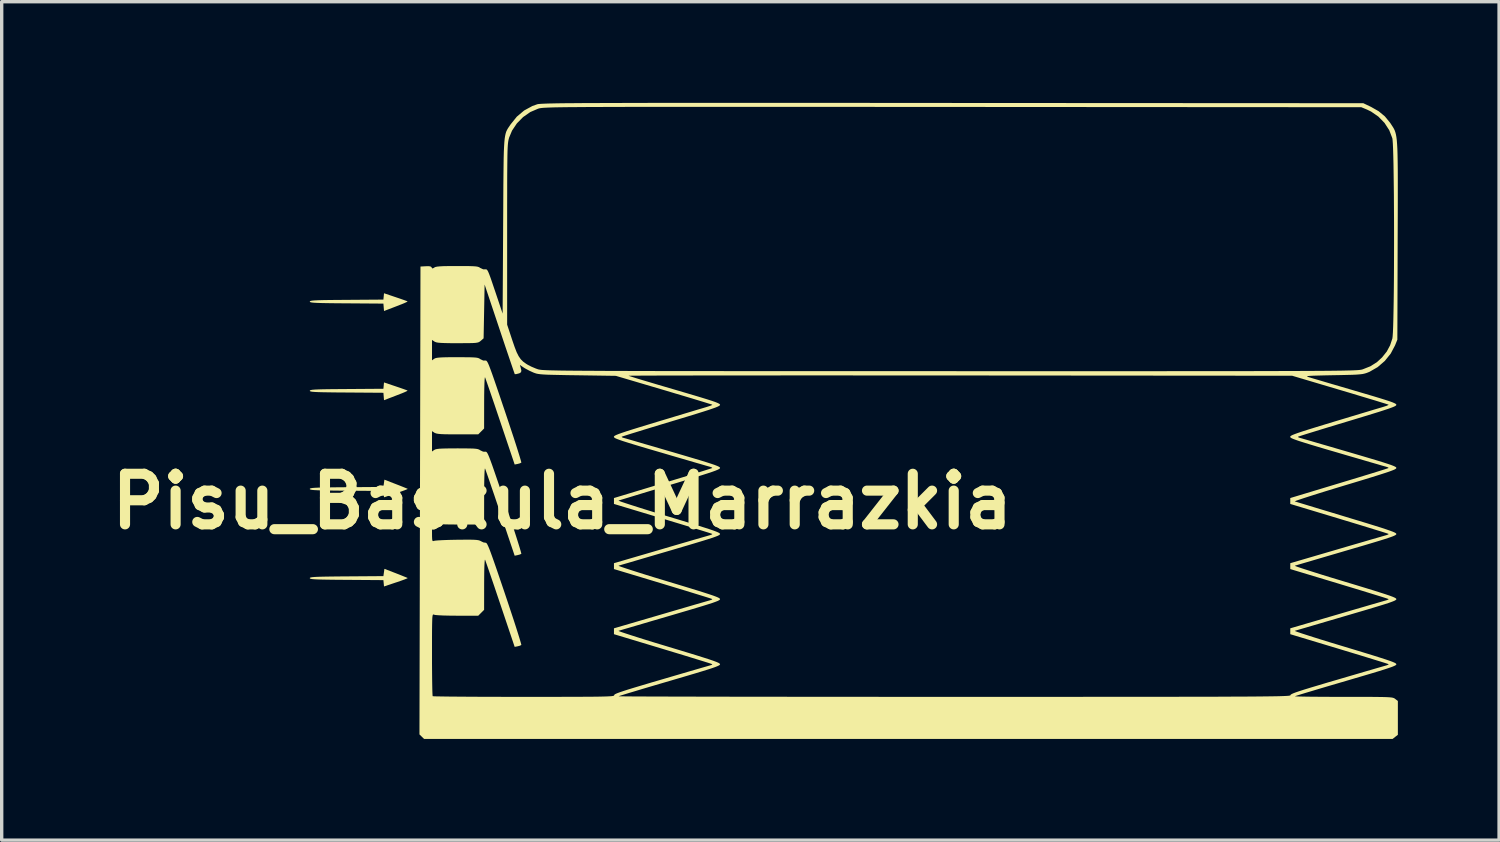
<source format=kicad_pcb>
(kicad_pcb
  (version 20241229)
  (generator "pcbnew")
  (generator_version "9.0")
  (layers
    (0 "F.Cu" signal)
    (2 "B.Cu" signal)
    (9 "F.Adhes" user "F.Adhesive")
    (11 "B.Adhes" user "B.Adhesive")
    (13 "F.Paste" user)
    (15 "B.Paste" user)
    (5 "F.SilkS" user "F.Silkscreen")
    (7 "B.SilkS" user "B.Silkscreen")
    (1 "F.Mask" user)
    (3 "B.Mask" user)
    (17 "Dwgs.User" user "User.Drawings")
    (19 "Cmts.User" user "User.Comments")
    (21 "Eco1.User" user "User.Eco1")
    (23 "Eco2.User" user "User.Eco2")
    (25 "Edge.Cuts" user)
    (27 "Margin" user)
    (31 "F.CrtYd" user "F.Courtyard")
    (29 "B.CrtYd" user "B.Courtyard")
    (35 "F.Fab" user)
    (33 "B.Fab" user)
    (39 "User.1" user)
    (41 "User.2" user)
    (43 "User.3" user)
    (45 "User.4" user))
  (footprint "Pisu_Baskula_Marrazkia"
    (layer "F.Cu")
    (at 13.621 11.819)
    (property "Reference" "Pisu_Baskula_Marrazkia" (at 0 0 0) (layer "F.SilkS") (effects (font (size 1.5 1.5) (thickness 0.3))))
    (attr board_only exclude_from_pos_files exclude_from_bom)
    (fp_poly (pts (xy -4.933 -0.515) (xy -4.801 -0.464) (xy -4.692 -0.42) (xy -4.615 -0.389) (xy -4.582 -0.374) (xy -4.582 -0.373) (xy -4.604 -0.361) (xy -4.673 -0.333) (xy -4.778 -0.295) (xy -4.908 -0.25) (xy -4.928 -0.244) (xy -5.285 -0.124) (xy -5.294 -0.218) (xy -5.303 -0.312) (xy -6.395 -0.32) (xy -6.682 -0.322) (xy -6.915 -0.325) (xy -7.1 -0.328) (xy -7.241 -0.332) (xy -7.344 -0.337) (xy -7.415 -0.343) (xy -7.459 -0.351) (xy -7.481 -0.361) (xy -7.486 -0.371) (xy -7.48 -0.383) (xy -7.456 -0.392) (xy -7.41 -0.4) (xy -7.337 -0.406) (xy -7.23 -0.411) (xy -7.085 -0.415) (xy -6.896 -0.418) (xy -6.659 -0.421) (xy -6.395 -0.423) (xy -5.303 -0.431) (xy -5.288 -0.539) (xy -5.273 -0.647)) (stroke (width 0) (type solid)) (fill yes) (layer "F.SilkS"))
    (fp_poly (pts (xy -4.933 2.128) (xy -4.801 2.18) (xy -4.692 2.224) (xy -4.615 2.255) (xy -4.582 2.27) (xy -4.582 2.271) (xy -4.604 2.283) (xy -4.673 2.311) (xy -4.778 2.349) (xy -4.908 2.394) (xy -4.928 2.4) (xy -5.285 2.52) (xy -5.294 2.426) (xy -5.303 2.332) (xy -6.395 2.324) (xy -6.682 2.322) (xy -6.915 2.319) (xy -7.1 2.316) (xy -7.241 2.312) (xy -7.344 2.307) (xy -7.415 2.301) (xy -7.459 2.293) (xy -7.481 2.283) (xy -7.486 2.273) (xy -7.48 2.261) (xy -7.456 2.252) (xy -7.41 2.244) (xy -7.337 2.238) (xy -7.23 2.233) (xy -7.085 2.229) (xy -6.896 2.226) (xy -6.659 2.223) (xy -6.395 2.221) (xy -5.303 2.213) (xy -5.288 2.105) (xy -5.273 1.997)) (stroke (width 0) (type solid)) (fill yes) (layer "F.SilkS"))
    (fp_poly (pts (xy -4.94 -6.058) (xy -4.807 -6.013) (xy -4.696 -5.974) (xy -4.618 -5.946) (xy -4.585 -5.932) (xy -4.585 -5.932) (xy -4.606 -5.917) (xy -4.669 -5.887) (xy -4.763 -5.848) (xy -4.79 -5.838) (xy -4.918 -5.788) (xy -5.045 -5.739) (xy -5.145 -5.701) (xy -5.285 -5.647) (xy -5.294 -5.757) (xy -5.303 -5.867) (xy -6.395 -5.875) (xy -6.682 -5.877) (xy -6.915 -5.88) (xy -7.1 -5.883) (xy -7.241 -5.887) (xy -7.344 -5.892) (xy -7.415 -5.898) (xy -7.459 -5.906) (xy -7.481 -5.916) (xy -7.486 -5.927) (xy -7.48 -5.938) (xy -7.456 -5.948) (xy -7.41 -5.956) (xy -7.337 -5.962) (xy -7.23 -5.967) (xy -7.085 -5.971) (xy -6.896 -5.974) (xy -6.659 -5.976) (xy -6.395 -5.978) (xy -5.303 -5.986) (xy -5.294 -6.08) (xy -5.285 -6.174)) (stroke (width 0) (type solid)) (fill yes) (layer "F.SilkS"))
    (fp_poly (pts (xy -4.94 -3.414) (xy -4.807 -3.369) (xy -4.696 -3.33) (xy -4.618 -3.302) (xy -4.585 -3.288) (xy -4.585 -3.288) (xy -4.606 -3.273) (xy -4.669 -3.243) (xy -4.763 -3.204) (xy -4.79 -3.194) (xy -4.918 -3.144) (xy -5.045 -3.095) (xy -5.145 -3.057) (xy -5.285 -3.003) (xy -5.294 -3.113) (xy -5.303 -3.223) (xy -6.395 -3.231) (xy -6.682 -3.233) (xy -6.915 -3.236) (xy -7.1 -3.239) (xy -7.241 -3.243) (xy -7.344 -3.248) (xy -7.415 -3.254) (xy -7.459 -3.262) (xy -7.481 -3.272) (xy -7.486 -3.283) (xy -7.48 -3.294) (xy -7.456 -3.304) (xy -7.41 -3.312) (xy -7.337 -3.318) (xy -7.23 -3.323) (xy -7.085 -3.327) (xy -6.896 -3.33) (xy -6.659 -3.332) (xy -6.395 -3.334) (xy -5.303 -3.342) (xy -5.294 -3.436) (xy -5.285 -3.53)) (stroke (width 0) (type solid)) (fill yes) (layer "F.SilkS"))
    (fp_poly (pts (xy 5.9 -11.819) (xy 6.618 -11.819) (xy 7.386 -11.819) (xy 8.205 -11.818) (xy 9.078 -11.818) (xy 10.006 -11.817) (xy 10.99 -11.817) (xy 11.587 -11.816) (xy 23.751 -11.809) (xy 23.978 -11.701) (xy 24.207 -11.571) (xy 24.391 -11.418) (xy 24.546 -11.229) (xy 24.57 -11.193) (xy 24.603 -11.142) (xy 24.633 -11.096) (xy 24.659 -11.051) (xy 24.682 -11.003) (xy 24.701 -10.949) (xy 24.718 -10.885) (xy 24.732 -10.808) (xy 24.744 -10.713) (xy 24.753 -10.598) (xy 24.761 -10.458) (xy 24.766 -10.289) (xy 24.77 -10.089) (xy 24.773 -9.854) (xy 24.774 -9.58) (xy 24.774 -9.262) (xy 24.774 -8.899) (xy 24.773 -8.485) (xy 24.771 -8.018) (xy 24.77 -7.724) (xy 24.761 -4.798) (xy 24.692 -4.627) (xy 24.564 -4.385) (xy 24.389 -4.167) (xy 24.177 -3.984) (xy 23.939 -3.847) (xy 23.892 -3.827) (xy 23.839 -3.807) (xy 23.787 -3.792) (xy 23.727 -3.779) (xy 23.651 -3.77) (xy 23.553 -3.762) (xy 23.423 -3.756) (xy 23.256 -3.752) (xy 23.041 -3.747) (xy 22.86 -3.744) (xy 22.612 -3.739) (xy 22.418 -3.734) (xy 22.274 -3.73) (xy 22.174 -3.725) (xy 22.112 -3.719) (xy 22.085 -3.712) (xy 22.088 -3.703) (xy 22.114 -3.692) (xy 22.117 -3.691) (xy 22.171 -3.675) (xy 22.274 -3.644) (xy 22.422 -3.601) (xy 22.607 -3.546) (xy 22.823 -3.482) (xy 23.064 -3.412) (xy 23.322 -3.336) (xy 23.484 -3.288) (xy 23.787 -3.199) (xy 24.038 -3.125) (xy 24.242 -3.063) (xy 24.402 -3.013) (xy 24.525 -2.973) (xy 24.614 -2.941) (xy 24.674 -2.915) (xy 24.711 -2.895) (xy 24.728 -2.878) (xy 24.732 -2.866) (xy 24.725 -2.852) (xy 24.704 -2.834) (xy 24.663 -2.813) (xy 24.599 -2.787) (xy 24.506 -2.753) (xy 24.38 -2.711) (xy 24.217 -2.658) (xy 24.012 -2.595) (xy 23.762 -2.518) (xy 23.462 -2.427) (xy 23.28 -2.372) (xy 22.998 -2.287) (xy 22.734 -2.207) (xy 22.492 -2.133) (xy 22.279 -2.067) (xy 22.099 -2.012) (xy 21.959 -1.968) (xy 21.863 -1.937) (xy 21.817 -1.921) (xy 21.813 -1.919) (xy 21.826 -1.902) (xy 21.869 -1.886) (xy 21.911 -1.875) (xy 22.004 -1.848) (xy 22.142 -1.808) (xy 22.32 -1.756) (xy 22.532 -1.694) (xy 22.771 -1.625) (xy 23.033 -1.548) (xy 23.311 -1.467) (xy 23.335 -1.46) (xy 23.658 -1.365) (xy 23.928 -1.285) (xy 24.149 -1.219) (xy 24.327 -1.164) (xy 24.466 -1.119) (xy 24.57 -1.084) (xy 24.645 -1.055) (xy 24.693 -1.033) (xy 24.72 -1.015) (xy 24.731 -0.999) (xy 24.732 -0.995) (xy 24.725 -0.98) (xy 24.704 -0.963) (xy 24.664 -0.942) (xy 24.599 -0.916) (xy 24.507 -0.882) (xy 24.383 -0.841) (xy 24.222 -0.789) (xy 24.021 -0.726) (xy 23.774 -0.65) (xy 23.478 -0.56) (xy 23.205 -0.478) (xy 22.918 -0.391) (xy 22.65 -0.309) (xy 22.406 -0.233) (xy 22.191 -0.165) (xy 22.01 -0.107) (xy 21.869 -0.06) (xy 21.771 -0.026) (xy 21.723 -0.007) (xy 21.72 -0.003) (xy 21.755 0.008) (xy 21.842 0.035) (xy 21.975 0.075) (xy 22.149 0.128) (xy 22.357 0.191) (xy 22.595 0.263) (xy 22.858 0.342) (xy 23.138 0.427) (xy 23.246 0.46) (xy 23.579 0.561) (xy 23.86 0.646) (xy 24.092 0.718) (xy 24.281 0.777) (xy 24.429 0.826) (xy 24.542 0.865) (xy 24.625 0.896) (xy 24.68 0.92) (xy 24.714 0.94) (xy 24.729 0.956) (xy 24.732 0.965) (xy 24.726 0.979) (xy 24.705 0.996) (xy 24.665 1.017) (xy 24.601 1.043) (xy 24.509 1.075) (xy 24.385 1.116) (xy 24.224 1.166) (xy 24.022 1.227) (xy 23.775 1.301) (xy 23.477 1.388) (xy 23.246 1.456) (xy 22.96 1.54) (xy 22.69 1.619) (xy 22.442 1.692) (xy 22.221 1.757) (xy 22.034 1.812) (xy 21.886 1.855) (xy 21.781 1.886) (xy 21.726 1.903) (xy 21.72 1.905) (xy 21.739 1.916) (xy 21.811 1.942) (xy 21.929 1.982) (xy 22.09 2.034) (xy 22.287 2.097) (xy 22.516 2.169) (xy 22.772 2.248) (xy 23.05 2.332) (xy 23.205 2.379) (xy 23.543 2.481) (xy 23.828 2.568) (xy 24.065 2.641) (xy 24.258 2.702) (xy 24.411 2.751) (xy 24.529 2.791) (xy 24.615 2.823) (xy 24.674 2.848) (xy 24.71 2.868) (xy 24.728 2.885) (xy 24.732 2.896) (xy 24.726 2.91) (xy 24.705 2.927) (xy 24.665 2.948) (xy 24.601 2.973) (xy 24.51 3.006) (xy 24.386 3.046) (xy 24.225 3.096) (xy 24.024 3.157) (xy 23.777 3.231) (xy 23.48 3.318) (xy 23.246 3.387) (xy 22.96 3.471) (xy 22.69 3.55) (xy 22.442 3.623) (xy 22.221 3.688) (xy 22.034 3.743) (xy 21.886 3.786) (xy 21.781 3.817) (xy 21.726 3.834) (xy 21.72 3.836) (xy 21.739 3.847) (xy 21.811 3.873) (xy 21.929 3.913) (xy 22.09 3.965) (xy 22.287 4.028) (xy 22.516 4.1) (xy 22.772 4.179) (xy 23.05 4.263) (xy 23.205 4.31) (xy 23.543 4.412) (xy 23.828 4.499) (xy 24.065 4.572) (xy 24.258 4.633) (xy 24.411 4.682) (xy 24.529 4.722) (xy 24.615 4.754) (xy 24.674 4.779) (xy 24.71 4.799) (xy 24.728 4.816) (xy 24.732 4.827) (xy 24.726 4.841) (xy 24.705 4.858) (xy 24.665 4.878) (xy 24.602 4.904) (xy 24.51 4.936) (xy 24.387 4.977) (xy 24.227 5.027) (xy 24.026 5.088) (xy 23.779 5.161) (xy 23.483 5.248) (xy 23.237 5.321) (xy 22.95 5.405) (xy 22.68 5.484) (xy 22.434 5.557) (xy 22.215 5.623) (xy 22.03 5.678) (xy 21.884 5.723) (xy 21.782 5.755) (xy 21.73 5.773) (xy 21.724 5.775) (xy 21.749 5.779) (xy 21.828 5.782) (xy 21.955 5.785) (xy 22.125 5.788) (xy 22.332 5.79) (xy 22.571 5.791) (xy 22.835 5.793) (xy 23.12 5.793) (xy 23.163 5.793) (xy 23.495 5.793) (xy 23.772 5.793) (xy 24.001 5.794) (xy 24.185 5.796) (xy 24.331 5.798) (xy 24.443 5.801) (xy 24.527 5.806) (xy 24.587 5.812) (xy 24.63 5.82) (xy 24.659 5.83) (xy 24.681 5.842) (xy 24.698 5.855) (xy 24.776 5.916) (xy 24.776 6.417) (xy 24.776 6.918) (xy 24.698 6.979) (xy 24.62 7.041) (xy 10.262 7.041) (xy -4.096 7.041) (xy -4.165 6.974) (xy -4.234 6.907) (xy -4.219 -0.03) (xy -4.208 -4.79) (xy -3.862 -4.79) (xy -3.862 -4.488) (xy -3.862 -4.185) (xy -3.796 -4.232) (xy -3.764 -4.248) (xy -3.714 -4.26) (xy -3.639 -4.268) (xy -3.53 -4.274) (xy -3.38 -4.277) (xy -3.18 -4.278) (xy -3.117 -4.278) (xy -2.909 -4.277) (xy -2.751 -4.276) (xy -2.637 -4.272) (xy -2.556 -4.266) (xy -2.501 -4.256) (xy -2.463 -4.242) (xy -2.434 -4.223) (xy -2.432 -4.221) (xy -2.346 -4.18) (xy -2.286 -4.178) (xy -2.27 -4.18) (xy -2.254 -4.176) (xy -2.238 -4.161) (xy -2.218 -4.132) (xy -2.194 -4.084) (xy -2.164 -4.012) (xy -2.126 -3.912) (xy -2.078 -3.78) (xy -2.019 -3.612) (xy -1.947 -3.402) (xy -1.86 -3.147) (xy -1.757 -2.841) (xy -1.703 -2.683) (xy -1.607 -2.396) (xy -1.518 -2.127) (xy -1.436 -1.88) (xy -1.365 -1.66) (xy -1.306 -1.473) (xy -1.26 -1.324) (xy -1.229 -1.218) (xy -1.214 -1.161) (xy -1.214 -1.152) (xy -1.256 -1.131) (xy -1.323 -1.113) (xy -1.411 -1.096) (xy -1.839 -2.368) (xy -1.928 -2.631) (xy -2.011 -2.878) (xy -2.088 -3.103) (xy -2.155 -3.299) (xy -2.211 -3.461) (xy -2.254 -3.584) (xy -2.281 -3.66) (xy -2.291 -3.684) (xy -2.297 -3.667) (xy -2.303 -3.599) (xy -2.308 -3.485) (xy -2.312 -3.334) (xy -2.315 -3.152) (xy -2.316 -2.946) (xy -2.317 -2.164) (xy -2.404 -2.077) (xy -2.491 -1.99) (xy -3.103 -1.99) (xy -3.316 -1.991) (xy -3.478 -1.993) (xy -3.597 -1.998) (xy -3.681 -2.006) (xy -3.738 -2.017) (xy -3.777 -2.032) (xy -3.789 -2.038) (xy -3.862 -2.086) (xy -3.862 -1.784) (xy -3.862 -1.482) (xy -3.796 -1.528) (xy -3.764 -1.544) (xy -3.714 -1.556) (xy -3.639 -1.565) (xy -3.53 -1.57) (xy -3.38 -1.573) (xy -3.18 -1.574) (xy -3.117 -1.575) (xy -2.909 -1.574) (xy -2.751 -1.572) (xy -2.637 -1.569) (xy -2.556 -1.562) (xy -2.501 -1.552) (xy -2.463 -1.538) (xy -2.434 -1.52) (xy -2.432 -1.518) (xy -2.346 -1.477) (xy -2.286 -1.475) (xy -2.27 -1.477) (xy -2.254 -1.472) (xy -2.238 -1.458) (xy -2.218 -1.429) (xy -2.194 -1.38) (xy -2.164 -1.309) (xy -2.126 -1.209) (xy -2.078 -1.077) (xy -2.019 -0.908) (xy -1.947 -0.698) (xy -1.86 -0.443) (xy -1.757 -0.138) (xy -1.703 0.021) (xy -1.607 0.307) (xy -1.518 0.576) (xy -1.436 0.823) (xy -1.365 1.043) (xy -1.306 1.23) (xy -1.26 1.379) (xy -1.229 1.485) (xy -1.214 1.543) (xy -1.214 1.552) (xy -1.256 1.572) (xy -1.323 1.59) (xy -1.411 1.608) (xy -1.839 0.336) (xy -1.928 0.072) (xy -2.011 -0.175) (xy -2.088 -0.399) (xy -2.155 -0.596) (xy -2.211 -0.758) (xy -2.254 -0.88) (xy -2.281 -0.957) (xy -2.291 -0.98) (xy -2.297 -0.964) (xy -2.303 -0.896) (xy -2.308 -0.782) (xy -2.312 -0.631) (xy -2.315 -0.449) (xy -2.316 -0.244) (xy -2.317 0.537) (xy -2.39 0.61) (xy -2.463 0.683) (xy -3.105 0.683) (xy -3.324 0.682) (xy -3.51 0.678) (xy -3.657 0.671) (xy -3.757 0.663) (xy -3.805 0.653) (xy -3.831 0.642) (xy -3.848 0.65) (xy -3.857 0.686) (xy -3.861 0.761) (xy -3.862 0.885) (xy -3.862 0.908) (xy -3.861 1.04) (xy -3.857 1.122) (xy -3.848 1.164) (xy -3.833 1.176) (xy -3.81 1.169) (xy -3.766 1.161) (xy -3.672 1.153) (xy -3.537 1.146) (xy -3.372 1.14) (xy -3.186 1.136) (xy -3.123 1.135) (xy -2.91 1.133) (xy -2.747 1.132) (xy -2.627 1.135) (xy -2.542 1.14) (xy -2.483 1.149) (xy -2.442 1.161) (xy -2.41 1.178) (xy -2.336 1.214) (xy -2.273 1.223) (xy -2.258 1.227) (xy -2.241 1.242) (xy -2.221 1.274) (xy -2.196 1.326) (xy -2.163 1.404) (xy -2.122 1.512) (xy -2.071 1.653) (xy -2.008 1.832) (xy -1.931 2.054) (xy -1.84 2.322) (xy -1.731 2.642) (xy -1.703 2.725) (xy -1.607 3.011) (xy -1.518 3.28) (xy -1.436 3.527) (xy -1.365 3.747) (xy -1.306 3.934) (xy -1.26 4.083) (xy -1.229 4.189) (xy -1.214 4.246) (xy -1.214 4.255) (xy -1.256 4.276) (xy -1.323 4.294) (xy -1.411 4.311) (xy -1.839 3.039) (xy -1.928 2.776) (xy -2.011 2.529) (xy -2.088 2.304) (xy -2.155 2.108) (xy -2.211 1.945) (xy -2.254 1.823) (xy -2.281 1.747) (xy -2.291 1.723) (xy -2.297 1.739) (xy -2.303 1.807) (xy -2.309 1.921) (xy -2.313 2.072) (xy -2.315 2.253) (xy -2.316 2.446) (xy -2.317 3.213) (xy -2.404 3.3) (xy -2.491 3.387) (xy -3.119 3.387) (xy -3.334 3.385) (xy -3.518 3.381) (xy -3.662 3.374) (xy -3.76 3.366) (xy -3.805 3.356) (xy -3.819 3.35) (xy -3.83 3.352) (xy -3.84 3.366) (xy -3.847 3.4) (xy -3.853 3.456) (xy -3.856 3.542) (xy -3.859 3.662) (xy -3.861 3.82) (xy -3.862 4.024) (xy -3.862 4.277) (xy -3.862 4.539) (xy -3.862 4.802) (xy -3.86 5.047) (xy -3.858 5.266) (xy -3.855 5.454) (xy -3.852 5.604) (xy -3.848 5.711) (xy -3.844 5.766) (xy -3.842 5.773) (xy -3.81 5.776) (xy -3.723 5.779) (xy -3.585 5.781) (xy -3.4 5.784) (xy -3.173 5.786) (xy -2.907 5.788) (xy -2.607 5.79) (xy -2.278 5.791) (xy -1.923 5.792) (xy -1.546 5.793) (xy -1.152 5.793) (xy -1.137 5.793) (xy -0.676 5.793) (xy -0.27 5.793) (xy 0.083 5.792) (xy 0.388 5.792) (xy 0.647 5.79) (xy 0.865 5.789) (xy 1.045 5.787) (xy 1.19 5.784) (xy 1.304 5.781) (xy 1.391 5.777) (xy 1.454 5.773) (xy 1.497 5.767) (xy 1.523 5.761) (xy 1.536 5.754) (xy 1.539 5.745) (xy 1.539 5.743) (xy 1.545 5.73) (xy 1.57 5.712) (xy 1.619 5.689) (xy 1.696 5.66) (xy 1.805 5.623) (xy 1.95 5.576) (xy 2.136 5.519) (xy 2.367 5.45) (xy 2.648 5.366) (xy 2.926 5.285) (xy 3.205 5.203) (xy 3.468 5.126) (xy 3.71 5.055) (xy 3.924 4.993) (xy 4.106 4.94) (xy 4.248 4.899) (xy 4.345 4.871) (xy 4.391 4.858) (xy 4.393 4.857) (xy 4.44 4.839) (xy 4.448 4.824) (xy 4.417 4.813) (xy 4.335 4.786) (xy 4.207 4.746) (xy 4.038 4.694) (xy 3.834 4.631) (xy 3.6 4.559) (xy 3.342 4.481) (xy 3.065 4.397) (xy 2.983 4.372) (xy 1.533 3.935) (xy 1.533 3.848) (xy 1.533 3.761) (xy 2.928 3.353) (xy 3.207 3.271) (xy 3.47 3.194) (xy 3.711 3.124) (xy 3.925 3.061) (xy 4.106 3.009) (xy 4.248 2.968) (xy 4.345 2.94) (xy 4.391 2.927) (xy 4.393 2.926) (xy 4.44 2.908) (xy 4.448 2.893) (xy 4.417 2.882) (xy 4.335 2.855) (xy 4.207 2.815) (xy 4.038 2.763) (xy 3.834 2.7) (xy 3.6 2.628) (xy 3.342 2.55) (xy 3.065 2.466) (xy 2.983 2.441) (xy 1.533 2.004) (xy 1.533 1.917) (xy 1.533 1.83) (xy 2.928 1.422) (xy 3.207 1.34) (xy 3.47 1.263) (xy 3.711 1.193) (xy 3.925 1.13) (xy 4.106 1.078) (xy 4.248 1.037) (xy 4.345 1.009) (xy 4.391 0.996) (xy 4.393 0.995) (xy 4.44 0.977) (xy 4.448 0.962) (xy 4.417 0.951) (xy 4.335 0.924) (xy 4.207 0.884) (xy 4.038 0.832) (xy 3.834 0.769) (xy 3.6 0.697) (xy 3.342 0.619) (xy 3.065 0.535) (xy 2.983 0.51) (xy 1.533 0.073) (xy 1.533 -0.015) (xy 1.533 -0.027) (xy 1.667 -0.027) (xy 1.687 -0.016) (xy 1.758 0.011) (xy 1.877 0.051) (xy 2.037 0.103) (xy 2.234 0.166) (xy 2.463 0.238) (xy 2.719 0.317) (xy 2.997 0.401) (xy 3.152 0.448) (xy 3.49 0.55) (xy 3.776 0.637) (xy 4.013 0.71) (xy 4.206 0.771) (xy 4.359 0.82) (xy 4.476 0.86) (xy 4.562 0.892) (xy 4.621 0.917) (xy 4.657 0.937) (xy 4.675 0.954) (xy 4.679 0.965) (xy 4.673 0.979) (xy 4.652 0.996) (xy 4.612 1.017) (xy 4.549 1.042) (xy 4.457 1.075) (xy 4.333 1.115) (xy 4.173 1.165) (xy 3.971 1.226) (xy 3.724 1.3) (xy 3.428 1.387) (xy 3.194 1.456) (xy 2.907 1.54) (xy 2.637 1.619) (xy 2.389 1.692) (xy 2.169 1.757) (xy 1.982 1.812) (xy 1.833 1.855) (xy 1.728 1.886) (xy 1.674 1.903) (xy 1.667 1.905) (xy 1.687 1.916) (xy 1.758 1.942) (xy 1.877 1.982) (xy 2.037 2.034) (xy 2.234 2.097) (xy 2.463 2.169) (xy 2.719 2.248) (xy 2.997 2.332) (xy 3.152 2.379) (xy 3.49 2.481) (xy 3.776 2.568) (xy 4.013 2.641) (xy 4.206 2.702) (xy 4.359 2.751) (xy 4.476 2.791) (xy 4.562 2.823) (xy 4.621 2.848) (xy 4.657 2.868) (xy 4.675 2.885) (xy 4.679 2.896) (xy 4.673 2.91) (xy 4.652 2.927) (xy 4.612 2.948) (xy 4.549 2.973) (xy 4.457 3.006) (xy 4.333 3.046) (xy 4.173 3.096) (xy 3.971 3.157) (xy 3.724 3.231) (xy 3.428 3.318) (xy 3.194 3.387) (xy 2.907 3.471) (xy 2.637 3.55) (xy 2.389 3.623) (xy 2.169 3.688) (xy 1.982 3.743) (xy 1.833 3.786) (xy 1.728 3.817) (xy 1.674 3.834) (xy 1.667 3.836) (xy 1.687 3.847) (xy 1.758 3.873) (xy 1.877 3.913) (xy 2.037 3.965) (xy 2.234 4.028) (xy 2.463 4.1) (xy 2.719 4.179) (xy 2.997 4.263) (xy 3.152 4.31) (xy 3.49 4.412) (xy 3.776 4.499) (xy 4.013 4.572) (xy 4.206 4.633) (xy 4.359 4.682) (xy 4.476 4.722) (xy 4.562 4.754) (xy 4.621 4.779) (xy 4.657 4.799) (xy 4.675 4.816) (xy 4.679 4.827) (xy 4.673 4.841) (xy 4.652 4.858) (xy 4.612 4.878) (xy 4.549 4.904) (xy 4.458 4.936) (xy 4.334 4.977) (xy 4.174 5.027) (xy 3.973 5.088) (xy 3.727 5.161) (xy 3.431 5.248) (xy 3.184 5.321) (xy 2.897 5.405) (xy 2.628 5.484) (xy 2.381 5.557) (xy 2.163 5.623) (xy 1.978 5.678) (xy 1.832 5.723) (xy 1.73 5.755) (xy 1.677 5.773) (xy 1.671 5.775) (xy 1.699 5.777) (xy 1.785 5.778) (xy 1.925 5.779) (xy 2.118 5.781) (xy 2.362 5.782) (xy 2.655 5.783) (xy 2.994 5.784) (xy 3.377 5.785) (xy 3.802 5.786) (xy 4.268 5.787) (xy 4.771 5.788) (xy 5.309 5.789) (xy 5.881 5.79) (xy 6.485 5.79) (xy 7.117 5.791) (xy 7.776 5.792) (xy 8.46 5.792) (xy 9.167 5.792) (xy 9.894 5.793) (xy 10.64 5.793) (xy 11.401 5.793) (xy 11.627 5.793) (xy 12.543 5.793) (xy 13.401 5.793) (xy 14.204 5.793) (xy 14.953 5.793) (xy 15.649 5.792) (xy 16.296 5.792) (xy 16.894 5.792) (xy 17.446 5.791) (xy 17.954 5.791) (xy 18.418 5.79) (xy 18.842 5.79) (xy 19.227 5.789) (xy 19.574 5.788) (xy 19.886 5.786) (xy 20.165 5.785) (xy 20.412 5.784) (xy 20.629 5.782) (xy 20.819 5.78) (xy 20.982 5.778) (xy 21.121 5.776) (xy 21.238 5.774) (xy 21.335 5.771) (xy 21.412 5.768) (xy 21.473 5.765) (xy 21.519 5.762) (xy 21.552 5.758) (xy 21.574 5.754) (xy 21.586 5.75) (xy 21.591 5.746) (xy 21.591 5.743) (xy 21.597 5.73) (xy 21.623 5.712) (xy 21.672 5.689) (xy 21.748 5.66) (xy 21.857 5.623) (xy 22.003 5.576) (xy 22.189 5.519) (xy 22.42 5.45) (xy 22.7 5.366) (xy 22.979 5.285) (xy 23.258 5.203) (xy 23.521 5.126) (xy 23.763 5.055) (xy 23.977 4.993) (xy 24.158 4.94) (xy 24.3 4.899) (xy 24.397 4.871) (xy 24.444 4.858) (xy 24.445 4.857) (xy 24.493 4.839) (xy 24.501 4.824) (xy 24.47 4.813) (xy 24.388 4.786) (xy 24.26 4.746) (xy 24.091 4.694) (xy 23.887 4.631) (xy 23.653 4.559) (xy 23.395 4.481) (xy 23.117 4.397) (xy 23.036 4.372) (xy 21.586 3.935) (xy 21.586 3.848) (xy 21.586 3.761) (xy 22.98 3.353) (xy 23.259 3.271) (xy 23.522 3.194) (xy 23.764 3.124) (xy 23.978 3.061) (xy 24.159 3.009) (xy 24.301 2.968) (xy 24.398 2.94) (xy 24.444 2.927) (xy 24.445 2.926) (xy 24.493 2.908) (xy 24.501 2.893) (xy 24.47 2.882) (xy 24.388 2.855) (xy 24.26 2.815) (xy 24.091 2.763) (xy 23.887 2.7) (xy 23.653 2.628) (xy 23.395 2.55) (xy 23.117 2.466) (xy 23.036 2.441) (xy 21.586 2.004) (xy 21.586 1.917) (xy 21.586 1.83) (xy 22.98 1.422) (xy 23.259 1.34) (xy 23.522 1.263) (xy 23.764 1.193) (xy 23.978 1.13) (xy 24.159 1.078) (xy 24.301 1.037) (xy 24.398 1.009) (xy 24.444 0.996) (xy 24.445 0.995) (xy 24.493 0.977) (xy 24.501 0.962) (xy 24.47 0.951) (xy 24.388 0.924) (xy 24.26 0.884) (xy 24.091 0.832) (xy 23.887 0.769) (xy 23.653 0.697) (xy 23.395 0.619) (xy 23.117 0.535) (xy 23.036 0.51) (xy 21.586 0.073) (xy 21.586 -0.015) (xy 21.586 -0.102) (xy 23.036 -0.54) (xy 23.317 -0.625) (xy 23.582 -0.705) (xy 23.823 -0.779) (xy 24.036 -0.844) (xy 24.216 -0.9) (xy 24.356 -0.944) (xy 24.452 -0.975) (xy 24.498 -0.991) (xy 24.501 -0.992) (xy 24.488 -1.009) (xy 24.445 -1.025) (xy 24.404 -1.037) (xy 24.31 -1.063) (xy 24.172 -1.104) (xy 23.994 -1.155) (xy 23.782 -1.217) (xy 23.543 -1.287) (xy 23.281 -1.363) (xy 23.003 -1.445) (xy 22.979 -1.452) (xy 22.656 -1.546) (xy 22.387 -1.626) (xy 22.165 -1.693) (xy 21.987 -1.748) (xy 21.848 -1.792) (xy 21.744 -1.828) (xy 21.67 -1.856) (xy 21.621 -1.878) (xy 21.594 -1.897) (xy 21.583 -1.912) (xy 21.583 -1.917) (xy 21.589 -1.932) (xy 21.611 -1.95) (xy 21.653 -1.972) (xy 21.721 -1.999) (xy 21.818 -2.034) (xy 21.949 -2.078) (xy 22.119 -2.132) (xy 22.332 -2.198) (xy 22.593 -2.278) (xy 22.89 -2.368) (xy 23.163 -2.45) (xy 23.424 -2.529) (xy 23.666 -2.602) (xy 23.883 -2.667) (xy 24.067 -2.723) (xy 24.213 -2.766) (xy 24.314 -2.796) (xy 24.356 -2.809) (xy 24.44 -2.836) (xy 24.492 -2.859) (xy 24.502 -2.869) (xy 24.472 -2.88) (xy 24.39 -2.906) (xy 24.262 -2.945) (xy 24.094 -2.997) (xy 23.89 -3.058) (xy 23.657 -3.128) (xy 23.4 -3.206) (xy 23.123 -3.288) (xy 23.065 -3.305) (xy 21.642 -3.728) (xy 11.796 -3.736) (xy 11.035 -3.736) (xy 10.29 -3.737) (xy 9.562 -3.737) (xy 8.854 -3.737) (xy 8.168 -3.738) (xy 7.507 -3.738) (xy 6.871 -3.738) (xy 6.265 -3.737) (xy 5.689 -3.737) (xy 5.145 -3.737) (xy 4.637 -3.736) (xy 4.167 -3.736) (xy 3.735 -3.735) (xy 3.346 -3.735) (xy 3 -3.734) (xy 2.7 -3.733) (xy 2.448 -3.732) (xy 2.247 -3.731) (xy 2.098 -3.73) (xy 2.004 -3.729) (xy 1.967 -3.728) (xy 1.967 -3.727) (xy 1.998 -3.716) (xy 2.08 -3.69) (xy 2.208 -3.65) (xy 2.376 -3.599) (xy 2.579 -3.539) (xy 2.81 -3.47) (xy 3.065 -3.395) (xy 3.331 -3.317) (xy 3.647 -3.224) (xy 3.911 -3.146) (xy 4.127 -3.081) (xy 4.299 -3.028) (xy 4.433 -2.985) (xy 4.532 -2.951) (xy 4.602 -2.923) (xy 4.647 -2.901) (xy 4.671 -2.884) (xy 4.679 -2.868) (xy 4.679 -2.866) (xy 4.673 -2.852) (xy 4.651 -2.834) (xy 4.61 -2.813) (xy 4.545 -2.786) (xy 4.452 -2.753) (xy 4.326 -2.71) (xy 4.163 -2.658) (xy 3.958 -2.594) (xy 3.707 -2.517) (xy 3.406 -2.426) (xy 3.227 -2.372) (xy 2.945 -2.287) (xy 2.681 -2.207) (xy 2.439 -2.133) (xy 2.226 -2.067) (xy 2.046 -2.012) (xy 1.906 -1.968) (xy 1.81 -1.937) (xy 1.764 -1.921) (xy 1.761 -1.919) (xy 1.773 -1.902) (xy 1.816 -1.886) (xy 1.858 -1.875) (xy 1.951 -1.848) (xy 2.09 -1.808) (xy 2.267 -1.756) (xy 2.479 -1.694) (xy 2.719 -1.625) (xy 2.98 -1.548) (xy 3.258 -1.467) (xy 3.283 -1.46) (xy 3.605 -1.365) (xy 3.875 -1.285) (xy 4.097 -1.219) (xy 4.275 -1.164) (xy 4.414 -1.119) (xy 4.518 -1.084) (xy 4.592 -1.055) (xy 4.64 -1.033) (xy 4.668 -1.015) (xy 4.678 -0.999) (xy 4.679 -0.995) (xy 4.673 -0.98) (xy 4.651 -0.963) (xy 4.61 -0.942) (xy 4.545 -0.915) (xy 4.452 -0.881) (xy 4.326 -0.839) (xy 4.163 -0.787) (xy 3.959 -0.723) (xy 3.71 -0.646) (xy 3.41 -0.555) (xy 3.194 -0.49) (xy 2.907 -0.403) (xy 2.638 -0.322) (xy 2.39 -0.247) (xy 2.17 -0.18) (xy 1.983 -0.123) (xy 1.834 -0.078) (xy 1.729 -0.046) (xy 1.674 -0.029) (xy 1.667 -0.027) (xy 1.533 -0.027) (xy 1.533 -0.102) (xy 2.983 -0.54) (xy 3.265 -0.625) (xy 3.529 -0.705) (xy 3.771 -0.779) (xy 3.984 -0.844) (xy 4.163 -0.9) (xy 4.303 -0.944) (xy 4.399 -0.975) (xy 4.445 -0.991) (xy 4.448 -0.992) (xy 4.435 -1.009) (xy 4.393 -1.025) (xy 4.351 -1.037) (xy 4.258 -1.063) (xy 4.119 -1.104) (xy 3.941 -1.155) (xy 3.73 -1.217) (xy 3.49 -1.287) (xy 3.228 -1.363) (xy 2.951 -1.445) (xy 2.926 -1.452) (xy 2.604 -1.546) (xy 2.334 -1.626) (xy 2.112 -1.693) (xy 1.934 -1.748) (xy 1.795 -1.792) (xy 1.691 -1.828) (xy 1.617 -1.856) (xy 1.568 -1.878) (xy 1.541 -1.897) (xy 1.531 -1.912) (xy 1.53 -1.917) (xy 1.536 -1.932) (xy 1.558 -1.95) (xy 1.601 -1.972) (xy 1.668 -1.999) (xy 1.765 -2.034) (xy 1.896 -2.078) (xy 2.066 -2.132) (xy 2.279 -2.198) (xy 2.541 -2.278) (xy 2.837 -2.368) (xy 3.111 -2.45) (xy 3.372 -2.529) (xy 3.614 -2.602) (xy 3.83 -2.667) (xy 4.015 -2.723) (xy 4.161 -2.766) (xy 4.261 -2.796) (xy 4.303 -2.809) (xy 4.387 -2.836) (xy 4.44 -2.859) (xy 4.449 -2.869) (xy 4.419 -2.88) (xy 4.337 -2.905) (xy 4.209 -2.945) (xy 4.041 -2.996) (xy 3.837 -3.058) (xy 3.604 -3.128) (xy 3.347 -3.204) (xy 3.071 -3.287) (xy 3.013 -3.304) (xy 1.589 -3.725) (xy 0.446 -3.742) (xy 0.153 -3.746) (xy -0.086 -3.751) (xy -0.278 -3.755) (xy -0.43 -3.759) (xy -0.548 -3.765) (xy -0.639 -3.772) (xy -0.708 -3.781) (xy -0.762 -3.791) (xy -0.807 -3.805) (xy -0.85 -3.821) (xy -0.858 -3.824) (xy -0.974 -3.877) (xy -1.088 -3.938) (xy -1.137 -3.968) (xy -1.256 -4.047) (xy -1.235 -3.977) (xy -1.213 -3.887) (xy -1.221 -3.835) (xy -1.262 -3.805) (xy -1.3 -3.793) (xy -1.368 -3.776) (xy -1.406 -3.775) (xy -1.408 -3.776) (xy -1.419 -3.806) (xy -1.447 -3.886) (xy -1.49 -4.012) (xy -1.546 -4.177) (xy -1.614 -4.377) (xy -1.691 -4.604) (xy -1.775 -4.855) (xy -1.86 -5.11) (xy -2.302 -6.432) (xy -2.317 -5.634) (xy -2.332 -4.837) (xy -2.415 -4.765) (xy -2.445 -4.741) (xy -2.476 -4.723) (xy -2.517 -4.711) (xy -2.577 -4.702) (xy -2.663 -4.697) (xy -2.786 -4.695) (xy -2.953 -4.694) (xy -3.107 -4.694) (xy -3.32 -4.694) (xy -3.481 -4.697) (xy -3.599 -4.702) (xy -3.683 -4.709) (xy -3.739 -4.72) (xy -3.778 -4.735) (xy -3.789 -4.742) (xy -3.862 -4.79) (xy -4.208 -4.79) (xy -4.204 -6.966) (xy -4.047 -6.975) (xy -3.948 -6.976) (xy -3.894 -6.963) (xy -3.873 -6.939) (xy -3.854 -6.909) (xy -3.821 -6.919) (xy -3.793 -6.937) (xy -3.76 -6.953) (xy -3.706 -6.964) (xy -3.624 -6.972) (xy -3.506 -6.978) (xy -3.344 -6.98) (xy -3.131 -6.981) (xy -3.117 -6.981) (xy -2.909 -6.981) (xy -2.751 -6.979) (xy -2.637 -6.975) (xy -2.556 -6.969) (xy -2.501 -6.959) (xy -2.463 -6.945) (xy -2.434 -6.926) (xy -2.432 -6.925) (xy -2.345 -6.884) (xy -2.286 -6.882) (xy -2.263 -6.885) (xy -2.241 -6.878) (xy -2.22 -6.855) (xy -2.195 -6.809) (xy -2.164 -6.734) (xy -2.123 -6.624) (xy -2.071 -6.471) (xy -2.003 -6.27) (xy -1.99 -6.233) (xy -1.768 -5.57) (xy -1.754 -7.921) (xy -1.634 -7.921) (xy -1.634 -5.243) (xy -1.482 -4.783) (xy -1.412 -4.58) (xy -1.352 -4.425) (xy -1.293 -4.308) (xy -1.231 -4.218) (xy -1.159 -4.146) (xy -1.07 -4.082) (xy -1.016 -4.049) (xy -0.912 -3.996) (xy -0.786 -3.943) (xy -0.719 -3.919) (xy -0.703 -3.915) (xy -0.684 -3.911) (xy -0.66 -3.907) (xy -0.629 -3.903) (xy -0.589 -3.899) (xy -0.539 -3.896) (xy -0.477 -3.893) (xy -0.401 -3.89) (xy -0.309 -3.887) (xy -0.201 -3.885) (xy -0.073 -3.882) (xy 0.075 -3.88) (xy 0.246 -3.878) (xy 0.44 -3.877) (xy 0.661 -3.875) (xy 0.909 -3.874) (xy 1.186 -3.872) (xy 1.495 -3.871) (xy 1.836 -3.87) (xy 2.211 -3.869) (xy 2.623 -3.868) (xy 3.073 -3.867) (xy 3.562 -3.867) (xy 4.093 -3.866) (xy 4.667 -3.866) (xy 5.285 -3.865) (xy 5.95 -3.865) (xy 6.664 -3.865) (xy 7.427 -3.864) (xy 8.242 -3.864) (xy 9.11 -3.864) (xy 10.034 -3.864) (xy 11.014 -3.864) (xy 11.502 -3.864) (xy 12.509 -3.863) (xy 13.459 -3.863) (xy 14.353 -3.863) (xy 15.193 -3.863) (xy 15.98 -3.863) (xy 16.716 -3.863) (xy 17.404 -3.863) (xy 18.044 -3.864) (xy 18.638 -3.864) (xy 19.189 -3.864) (xy 19.697 -3.865) (xy 20.165 -3.865) (xy 20.594 -3.866) (xy 20.987 -3.867) (xy 21.344 -3.868) (xy 21.668 -3.869) (xy 21.96 -3.87) (xy 22.221 -3.871) (xy 22.455 -3.873) (xy 22.662 -3.874) (xy 22.844 -3.876) (xy 23.003 -3.878) (xy 23.14 -3.88) (xy 23.258 -3.883) (xy 23.358 -3.885) (xy 23.442 -3.888) (xy 23.511 -3.891) (xy 23.567 -3.894) (xy 23.612 -3.897) (xy 23.649 -3.901) (xy 23.677 -3.905) (xy 23.7 -3.909) (xy 23.718 -3.914) (xy 23.733 -3.918) (xy 23.962 -4.009) (xy 24.154 -4.13) (xy 24.307 -4.271) (xy 24.447 -4.446) (xy 24.546 -4.631) (xy 24.613 -4.833) (xy 24.621 -4.896) (xy 24.629 -5.013) (xy 24.636 -5.179) (xy 24.642 -5.389) (xy 24.647 -5.637) (xy 24.652 -5.919) (xy 24.656 -6.229) (xy 24.659 -6.562) (xy 24.661 -6.913) (xy 24.662 -7.276) (xy 24.663 -7.647) (xy 24.663 -8.02) (xy 24.662 -8.39) (xy 24.66 -8.751) (xy 24.658 -9.099) (xy 24.654 -9.429) (xy 24.65 -9.734) (xy 24.646 -10.011) (xy 24.64 -10.253) (xy 24.634 -10.456) (xy 24.627 -10.614) (xy 24.619 -10.722) (xy 24.612 -10.77) (xy 24.521 -11.007) (xy 24.381 -11.224) (xy 24.198 -11.412) (xy 23.982 -11.561) (xy 23.861 -11.62) (xy 23.692 -11.69) (xy 11.586 -11.698) (xy 10.577 -11.698) (xy 9.625 -11.699) (xy 8.729 -11.7) (xy 7.888 -11.7) (xy 7.098 -11.7) (xy 6.36 -11.701) (xy 5.671 -11.701) (xy 5.029 -11.701) (xy 4.433 -11.701) (xy 3.881 -11.701) (xy 3.37 -11.701) (xy 2.9 -11.701) (xy 2.469 -11.7) (xy 2.075 -11.7) (xy 1.716 -11.699) (xy 1.391 -11.698) (xy 1.097 -11.697) (xy 0.834 -11.696) (xy 0.599 -11.695) (xy 0.39 -11.693) (xy 0.206 -11.692) (xy 0.046 -11.69) (xy -0.094 -11.688) (xy -0.213 -11.686) (xy -0.314 -11.683) (xy -0.4 -11.68) (xy -0.47 -11.677) (xy -0.528 -11.674) (xy -0.575 -11.671) (xy -0.613 -11.667) (xy -0.643 -11.663) (xy -0.667 -11.659) (xy -0.686 -11.655) (xy -0.704 -11.65) (xy -0.714 -11.647) (xy -0.947 -11.547) (xy -1.161 -11.398) (xy -1.345 -11.211) (xy -1.489 -10.996) (xy -1.574 -10.793) (xy -1.584 -10.758) (xy -1.593 -10.722) (xy -1.601 -10.68) (xy -1.608 -10.629) (xy -1.614 -10.566) (xy -1.619 -10.485) (xy -1.623 -10.383) (xy -1.626 -10.257) (xy -1.628 -10.101) (xy -1.63 -9.914) (xy -1.632 -9.69) (xy -1.633 -9.426) (xy -1.633 -9.117) (xy -1.634 -8.761) (xy -1.634 -8.353) (xy -1.634 -7.921) (xy -1.754 -7.921) (xy -1.753 -8.17) (xy -1.75 -8.63) (xy -1.748 -9.036) (xy -1.746 -9.39) (xy -1.743 -9.696) (xy -1.74 -9.959) (xy -1.737 -10.182) (xy -1.732 -10.369) (xy -1.725 -10.525) (xy -1.717 -10.652) (xy -1.707 -10.756) (xy -1.694 -10.84) (xy -1.679 -10.908) (xy -1.662 -10.964) (xy -1.64 -11.011) (xy -1.616 -11.055) (xy -1.588 -11.098) (xy -1.555 -11.146) (xy -1.53 -11.183) (xy -1.347 -11.41) (xy -1.13 -11.593) (xy -0.886 -11.726) (xy -0.742 -11.777) (xy -0.724 -11.781) (xy -0.699 -11.785) (xy -0.665 -11.788) (xy -0.619 -11.791) (xy -0.561 -11.794) (xy -0.488 -11.797) (xy -0.398 -11.8) (xy -0.291 -11.802) (xy -0.165 -11.805) (xy -0.017 -11.807) (xy 0.154 -11.809) (xy 0.349 -11.81) (xy 0.571 -11.812) (xy 0.821 -11.813) (xy 1.1 -11.814) (xy 1.411 -11.815) (xy 1.755 -11.816) (xy 2.134 -11.817) (xy 2.549 -11.818) (xy 3.002 -11.818) (xy 3.495 -11.819) (xy 4.03 -11.819) (xy 4.608 -11.819) (xy 5.231 -11.819)) (stroke (width 0) (type solid)) (fill yes) (layer "F.SilkS")))
  (gr_rect
    (start -3 -3)
    (end 41.398 21.86)
    (stroke (width 0.1) (type default))
    (fill no)
    (layer "Edge.Cuts")))
</source>
